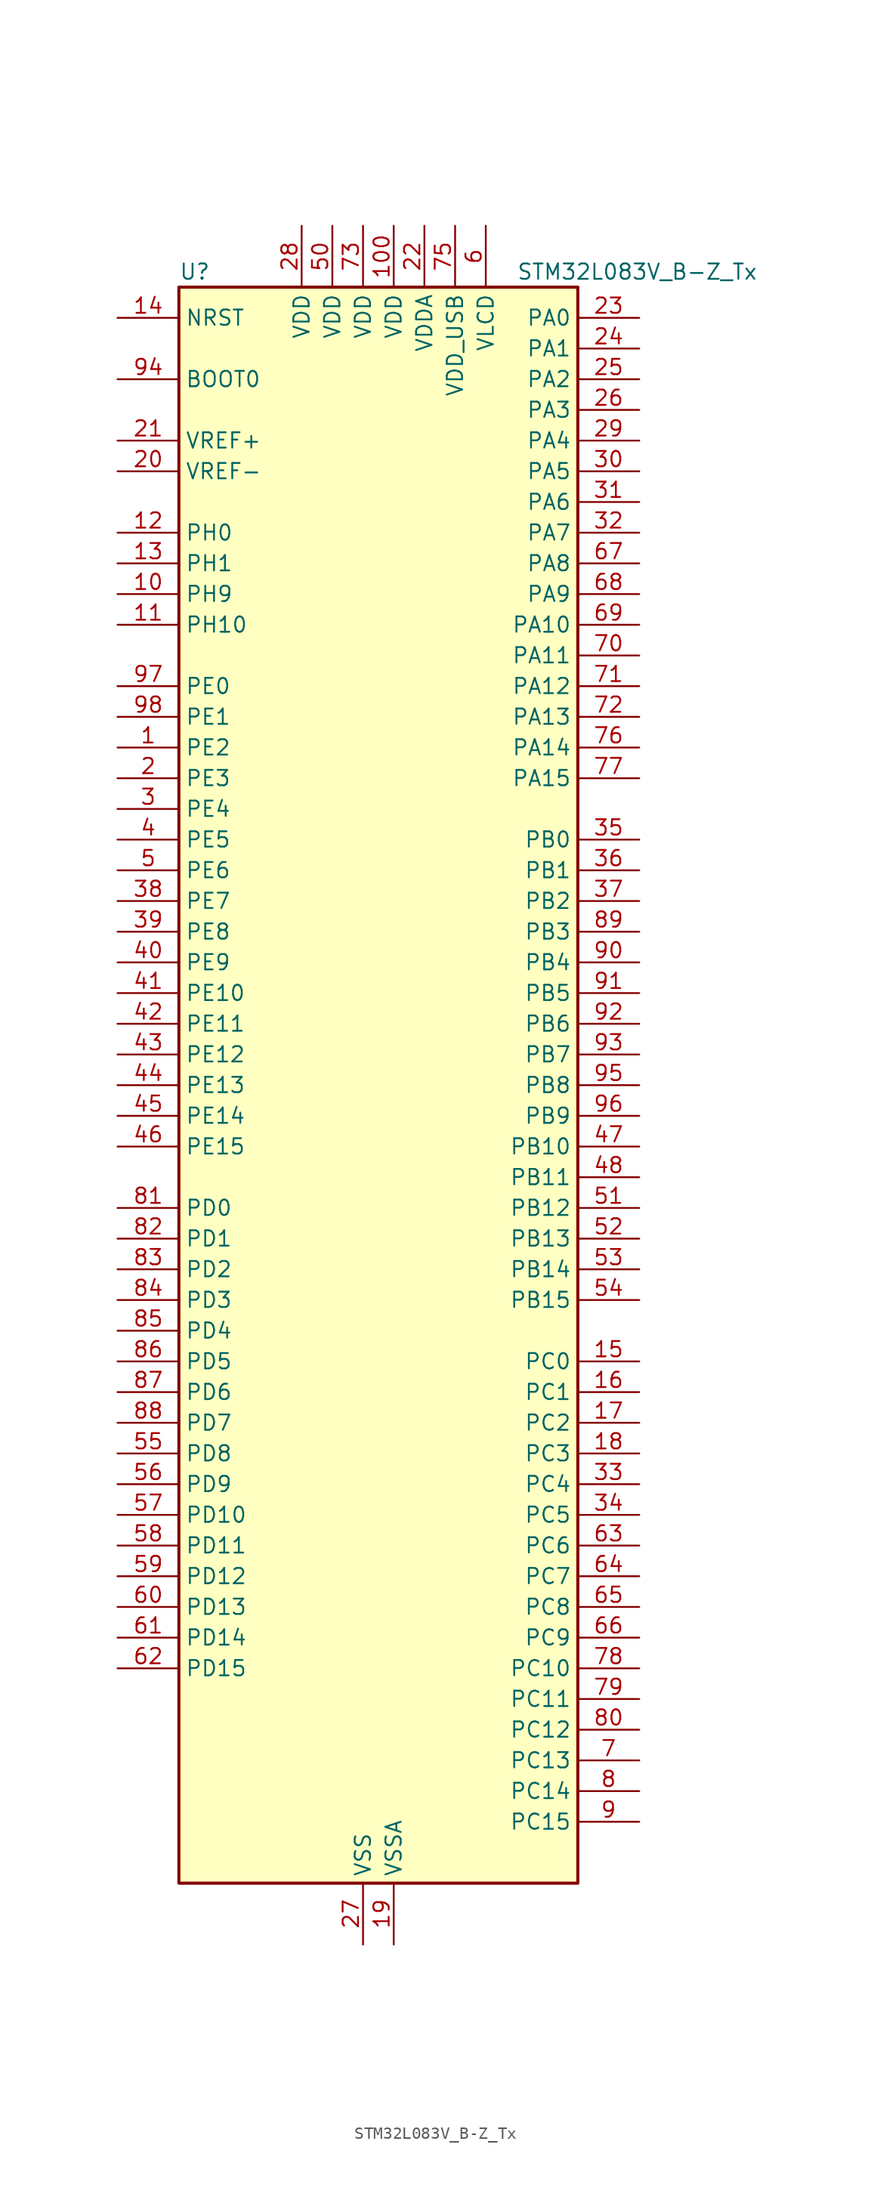
<source format=kicad_sym>
(kicad_symbol_lib
  (version 20231120)
  (generator "kicad_symbol_editor")
  (generator_version "8.0")
  (symbol "STM32L083V_B-Z_Tx"
    (property "Reference" "U"
      (at -15.24 67.31 0)
      (effects (font (size 1.27 1.27)) (justify left)))
    (property "Value" "STM32L083V_B-Z_Tx"
      (at 12.7 67.31 0)
      (effects (font (size 1.27 1.27)) (justify left)))
    (property "ki_locked" ""
      (at 0 0 0)
      (effects (font (size 1.27 1.27))))
    (symbol "STM32L083V_B-Z_Tx_0_1"
      (rectangle (start -15.24 -66.04) (end 17.78 66.04) (stroke (width 0.254) (type default)) (fill (type background))))
    (symbol "STM32L083V_B-Z_Tx_1_1"
      (pin bidirectional line (at -20.32 27.94 0) (length 5.08) (name "PE2" (effects (font (size 1.27 1.27)))) (number "1" (effects (font (size 1.27 1.27)))) (alternate "LCD_SEG38" bidirectional line) (alternate "TIM3_ETR" bidirectional line))
      (pin bidirectional line (at -20.32 40.64 0) (length 5.08) (name "PH9" (effects (font (size 1.27 1.27)))) (number "10" (effects (font (size 1.27 1.27)))) (alternate "DAC_EXTI9" bidirectional line))
      (pin power_in line (at 2.54 71.12 270) (length 5.08) (name "VDD" (effects (font (size 1.27 1.27)))) (number "100" (effects (font (size 1.27 1.27)))))
      (pin bidirectional line (at -20.32 38.1 0) (length 5.08) (name "PH10" (effects (font (size 1.27 1.27)))) (number "11" (effects (font (size 1.27 1.27)))))
      (pin bidirectional line (at -20.32 45.72 0) (length 5.08) (name "PH0" (effects (font (size 1.27 1.27)))) (number "12" (effects (font (size 1.27 1.27)))) (alternate "CRS_SYNC" bidirectional line) (alternate "RCC_OSC_IN" bidirectional line))
      (pin bidirectional line (at -20.32 43.18 0) (length 5.08) (name "PH1" (effects (font (size 1.27 1.27)))) (number "13" (effects (font (size 1.27 1.27)))) (alternate "RCC_OSC_OUT" bidirectional line))
      (pin input line (at -20.32 63.5 0) (length 5.08) (name "NRST" (effects (font (size 1.27 1.27)))) (number "14" (effects (font (size 1.27 1.27)))))
      (pin bidirectional line (at 22.86 -22.86 180) (length 5.08) (name "PC0" (effects (font (size 1.27 1.27)))) (number "15" (effects (font (size 1.27 1.27)))) (alternate "ADC_IN10" bidirectional line) (alternate "I2C3_SCL" bidirectional line) (alternate "LCD_SEG18" bidirectional line) (alternate "LPTIM1_IN1" bidirectional line) (alternate "LPUART1_RX" bidirectional line) (alternate "TSC_G7_IO1" bidirectional line))
      (pin bidirectional line (at 22.86 -25.4 180) (length 5.08) (name "PC1" (effects (font (size 1.27 1.27)))) (number "16" (effects (font (size 1.27 1.27)))) (alternate "ADC_IN11" bidirectional line) (alternate "I2C3_SDA" bidirectional line) (alternate "LCD_SEG19" bidirectional line) (alternate "LPTIM1_OUT" bidirectional line) (alternate "LPUART1_TX" bidirectional line) (alternate "TSC_G7_IO2" bidirectional line))
      (pin bidirectional line (at 22.86 -27.94 180) (length 5.08) (name "PC2" (effects (font (size 1.27 1.27)))) (number "17" (effects (font (size 1.27 1.27)))) (alternate "ADC_IN12" bidirectional line) (alternate "I2S2_MCK" bidirectional line) (alternate "LCD_SEG20" bidirectional line) (alternate "LPTIM1_IN2" bidirectional line) (alternate "SPI2_MISO" bidirectional line) (alternate "TSC_G7_IO3" bidirectional line))
      (pin bidirectional line (at 22.86 -30.48 180) (length 5.08) (name "PC3" (effects (font (size 1.27 1.27)))) (number "18" (effects (font (size 1.27 1.27)))) (alternate "ADC_IN13" bidirectional line) (alternate "I2S2_SD" bidirectional line) (alternate "LCD_SEG21" bidirectional line) (alternate "LPTIM1_ETR" bidirectional line) (alternate "SPI2_MOSI" bidirectional line) (alternate "TSC_G7_IO4" bidirectional line))
      (pin power_in line (at 2.54 -71.12 90) (length 5.08) (name "VSSA" (effects (font (size 1.27 1.27)))) (number "19" (effects (font (size 1.27 1.27)))))
      (pin bidirectional line (at -20.32 25.4 0) (length 5.08) (name "PE3" (effects (font (size 1.27 1.27)))) (number "2" (effects (font (size 1.27 1.27)))) (alternate "LCD_SEG39" bidirectional line) (alternate "TIM22_CH1" bidirectional line) (alternate "TIM3_CH1" bidirectional line))
      (pin input line (at -20.32 50.8 0) (length 5.08) (name "VREF-" (effects (font (size 1.27 1.27)))) (number "20" (effects (font (size 1.27 1.27)))))
      (pin input line (at -20.32 53.34 0) (length 5.08) (name "VREF+" (effects (font (size 1.27 1.27)))) (number "21" (effects (font (size 1.27 1.27)))))
      (pin power_in line (at 5.08 71.12 270) (length 5.08) (name "VDDA" (effects (font (size 1.27 1.27)))) (number "22" (effects (font (size 1.27 1.27)))))
      (pin bidirectional line (at 22.86 63.5 180) (length 5.08) (name "PA0" (effects (font (size 1.27 1.27)))) (number "23" (effects (font (size 1.27 1.27)))) (alternate "ADC_IN0" bidirectional line) (alternate "COMP1_INM" bidirectional line) (alternate "COMP1_OUT" bidirectional line) (alternate "RTC_TAMP2" bidirectional line) (alternate "SYS_WKUP1" bidirectional line) (alternate "TIM2_CH1" bidirectional line) (alternate "TIM2_ETR" bidirectional line) (alternate "TSC_G1_IO1" bidirectional line) (alternate "USART2_CTS" bidirectional line) (alternate "USART4_TX" bidirectional line))
      (pin bidirectional line (at 22.86 60.96 180) (length 5.08) (name "PA1" (effects (font (size 1.27 1.27)))) (number "24" (effects (font (size 1.27 1.27)))) (alternate "ADC_IN1" bidirectional line) (alternate "COMP1_INP" bidirectional line) (alternate "LCD_SEG0" bidirectional line) (alternate "TIM21_ETR" bidirectional line) (alternate "TIM2_CH2" bidirectional line) (alternate "TSC_G1_IO2" bidirectional line) (alternate "USART2_DE" bidirectional line) (alternate "USART2_RTS" bidirectional line) (alternate "USART4_RX" bidirectional line))
      (pin bidirectional line (at 22.86 58.42 180) (length 5.08) (name "PA2" (effects (font (size 1.27 1.27)))) (number "25" (effects (font (size 1.27 1.27)))) (alternate "ADC_IN2" bidirectional line) (alternate "COMP2_INM" bidirectional line) (alternate "COMP2_OUT" bidirectional line) (alternate "LCD_SEG1" bidirectional line) (alternate "LPUART1_TX" bidirectional line) (alternate "TIM21_CH1" bidirectional line) (alternate "TIM2_CH3" bidirectional line) (alternate "TSC_G1_IO3" bidirectional line) (alternate "USART2_TX" bidirectional line))
      (pin bidirectional line (at 22.86 55.88 180) (length 5.08) (name "PA3" (effects (font (size 1.27 1.27)))) (number "26" (effects (font (size 1.27 1.27)))) (alternate "ADC_IN3" bidirectional line) (alternate "COMP2_INP" bidirectional line) (alternate "LCD_SEG2" bidirectional line) (alternate "LPUART1_RX" bidirectional line) (alternate "TIM21_CH2" bidirectional line) (alternate "TIM2_CH4" bidirectional line) (alternate "TSC_G1_IO4" bidirectional line) (alternate "USART2_RX" bidirectional line))
      (pin power_in line (at 0 -71.12 90) (length 5.08) (name "VSS" (effects (font (size 1.27 1.27)))) (number "27" (effects (font (size 1.27 1.27)))))
      (pin power_in line (at -5.08 71.12 270) (length 5.08) (name "VDD" (effects (font (size 1.27 1.27)))) (number "28" (effects (font (size 1.27 1.27)))))
      (pin bidirectional line (at 22.86 53.34 180) (length 5.08) (name "PA4" (effects (font (size 1.27 1.27)))) (number "29" (effects (font (size 1.27 1.27)))) (alternate "ADC_IN4" bidirectional line) (alternate "COMP1_INM" bidirectional line) (alternate "COMP2_INM" bidirectional line) (alternate "DAC_OUT1" bidirectional line) (alternate "SPI1_NSS" bidirectional line) (alternate "TIM22_ETR" bidirectional line) (alternate "TSC_G2_IO1" bidirectional line) (alternate "USART2_CK" bidirectional line))
      (pin bidirectional line (at -20.32 22.86 0) (length 5.08) (name "PE4" (effects (font (size 1.27 1.27)))) (number "3" (effects (font (size 1.27 1.27)))) (alternate "TIM22_CH2" bidirectional line) (alternate "TIM3_CH2" bidirectional line))
      (pin bidirectional line (at 22.86 50.8 180) (length 5.08) (name "PA5" (effects (font (size 1.27 1.27)))) (number "30" (effects (font (size 1.27 1.27)))) (alternate "ADC_IN5" bidirectional line) (alternate "COMP1_INM" bidirectional line) (alternate "COMP2_INM" bidirectional line) (alternate "DAC_OUT2" bidirectional line) (alternate "SPI1_SCK" bidirectional line) (alternate "TIM2_CH1" bidirectional line) (alternate "TIM2_ETR" bidirectional line) (alternate "TSC_G2_IO2" bidirectional line))
      (pin bidirectional line (at 22.86 48.26 180) (length 5.08) (name "PA6" (effects (font (size 1.27 1.27)))) (number "31" (effects (font (size 1.27 1.27)))) (alternate "ADC_IN6" bidirectional line) (alternate "COMP1_OUT" bidirectional line) (alternate "LCD_SEG3" bidirectional line) (alternate "LPUART1_CTS" bidirectional line) (alternate "SPI1_MISO" bidirectional line) (alternate "TIM22_CH1" bidirectional line) (alternate "TIM3_CH1" bidirectional line) (alternate "TSC_G2_IO3" bidirectional line))
      (pin bidirectional line (at 22.86 45.72 180) (length 5.08) (name "PA7" (effects (font (size 1.27 1.27)))) (number "32" (effects (font (size 1.27 1.27)))) (alternate "ADC_IN7" bidirectional line) (alternate "COMP2_OUT" bidirectional line) (alternate "LCD_SEG4" bidirectional line) (alternate "SPI1_MOSI" bidirectional line) (alternate "TIM22_CH2" bidirectional line) (alternate "TIM3_CH2" bidirectional line) (alternate "TSC_G2_IO4" bidirectional line))
      (pin bidirectional line (at 22.86 -33.02 180) (length 5.08) (name "PC4" (effects (font (size 1.27 1.27)))) (number "33" (effects (font (size 1.27 1.27)))) (alternate "ADC_IN14" bidirectional line) (alternate "LCD_SEG22" bidirectional line) (alternate "LPUART1_TX" bidirectional line))
      (pin bidirectional line (at 22.86 -35.56 180) (length 5.08) (name "PC5" (effects (font (size 1.27 1.27)))) (number "34" (effects (font (size 1.27 1.27)))) (alternate "ADC_IN15" bidirectional line) (alternate "LCD_SEG23" bidirectional line) (alternate "LPUART1_RX" bidirectional line) (alternate "TSC_G3_IO1" bidirectional line))
      (pin bidirectional line (at 22.86 20.32 180) (length 5.08) (name "PB0" (effects (font (size 1.27 1.27)))) (number "35" (effects (font (size 1.27 1.27)))) (alternate "ADC_IN8" bidirectional line) (alternate "LCD_SEG5" bidirectional line) (alternate "LCD_VLCD3" bidirectional line) (alternate "SYS_VREF_OUT_PB0" bidirectional line) (alternate "TIM3_CH3" bidirectional line) (alternate "TSC_G3_IO2" bidirectional line))
      (pin bidirectional line (at 22.86 17.78 180) (length 5.08) (name "PB1" (effects (font (size 1.27 1.27)))) (number "36" (effects (font (size 1.27 1.27)))) (alternate "ADC_IN9" bidirectional line) (alternate "LCD_SEG6" bidirectional line) (alternate "LPUART1_DE" bidirectional line) (alternate "LPUART1_RTS" bidirectional line) (alternate "SYS_VREF_OUT_PB1" bidirectional line) (alternate "TIM3_CH4" bidirectional line) (alternate "TSC_G3_IO3" bidirectional line))
      (pin bidirectional line (at 22.86 15.24 180) (length 5.08) (name "PB2" (effects (font (size 1.27 1.27)))) (number "37" (effects (font (size 1.27 1.27)))) (alternate "I2C3_SMBA" bidirectional line) (alternate "LCD_VLCD2" bidirectional line) (alternate "LPTIM1_OUT" bidirectional line) (alternate "TSC_G3_IO4" bidirectional line))
      (pin bidirectional line (at -20.32 15.24 0) (length 5.08) (name "PE7" (effects (font (size 1.27 1.27)))) (number "38" (effects (font (size 1.27 1.27)))) (alternate "LCD_SEG45" bidirectional line) (alternate "USART5_CK" bidirectional line) (alternate "USART5_DE" bidirectional line) (alternate "USART5_RTS" bidirectional line))
      (pin bidirectional line (at -20.32 12.7 0) (length 5.08) (name "PE8" (effects (font (size 1.27 1.27)))) (number "39" (effects (font (size 1.27 1.27)))) (alternate "LCD_SEG46" bidirectional line) (alternate "USART4_TX" bidirectional line))
      (pin bidirectional line (at -20.32 20.32 0) (length 5.08) (name "PE5" (effects (font (size 1.27 1.27)))) (number "4" (effects (font (size 1.27 1.27)))) (alternate "TIM21_CH1" bidirectional line) (alternate "TIM3_CH3" bidirectional line))
      (pin bidirectional line (at -20.32 10.16 0) (length 5.08) (name "PE9" (effects (font (size 1.27 1.27)))) (number "40" (effects (font (size 1.27 1.27)))) (alternate "DAC_EXTI9" bidirectional line) (alternate "LCD_SEG47" bidirectional line) (alternate "TIM2_CH1" bidirectional line) (alternate "TIM2_ETR" bidirectional line) (alternate "USART4_RX" bidirectional line))
      (pin bidirectional line (at -20.32 7.62 0) (length 5.08) (name "PE10" (effects (font (size 1.27 1.27)))) (number "41" (effects (font (size 1.27 1.27)))) (alternate "LCD_SEG40" bidirectional line) (alternate "TIM2_CH2" bidirectional line) (alternate "USART5_TX" bidirectional line))
      (pin bidirectional line (at -20.32 5.08 0) (length 5.08) (name "PE11" (effects (font (size 1.27 1.27)))) (number "42" (effects (font (size 1.27 1.27)))) (alternate "ADC_EXTI11" bidirectional line) (alternate "LCD_VLCD1" bidirectional line) (alternate "TIM2_CH3" bidirectional line) (alternate "USART5_RX" bidirectional line))
      (pin bidirectional line (at -20.32 2.54 0) (length 5.08) (name "PE12" (effects (font (size 1.27 1.27)))) (number "43" (effects (font (size 1.27 1.27)))) (alternate "LCD_VLCD3" bidirectional line) (alternate "SPI1_NSS" bidirectional line) (alternate "TIM2_CH4" bidirectional line))
      (pin bidirectional line (at -20.32 0 0) (length 5.08) (name "PE13" (effects (font (size 1.27 1.27)))) (number "44" (effects (font (size 1.27 1.27)))) (alternate "LCD_SEG41" bidirectional line) (alternate "SPI1_SCK" bidirectional line))
      (pin bidirectional line (at -20.32 -2.54 0) (length 5.08) (name "PE14" (effects (font (size 1.27 1.27)))) (number "45" (effects (font (size 1.27 1.27)))) (alternate "LCD_SEG42" bidirectional line) (alternate "SPI1_MISO" bidirectional line))
      (pin bidirectional line (at -20.32 -5.08 0) (length 5.08) (name "PE15" (effects (font (size 1.27 1.27)))) (number "46" (effects (font (size 1.27 1.27)))) (alternate "LCD_SEG43" bidirectional line) (alternate "SPI1_MOSI" bidirectional line))
      (pin bidirectional line (at 22.86 -5.08 180) (length 5.08) (name "PB10" (effects (font (size 1.27 1.27)))) (number "47" (effects (font (size 1.27 1.27)))) (alternate "I2C2_SCL" bidirectional line) (alternate "LCD_SEG10" bidirectional line) (alternate "LPUART1_RX" bidirectional line) (alternate "LPUART1_TX" bidirectional line) (alternate "SPI2_SCK" bidirectional line) (alternate "TIM2_CH3" bidirectional line) (alternate "TSC_SYNC" bidirectional line))
      (pin bidirectional line (at 22.86 -7.62 180) (length 5.08) (name "PB11" (effects (font (size 1.27 1.27)))) (number "48" (effects (font (size 1.27 1.27)))) (alternate "ADC_EXTI11" bidirectional line) (alternate "I2C2_SDA" bidirectional line) (alternate "LCD_SEG11" bidirectional line) (alternate "LPUART1_RX" bidirectional line) (alternate "LPUART1_TX" bidirectional line) (alternate "TIM2_CH4" bidirectional line) (alternate "TSC_G6_IO1" bidirectional line))
      (pin passive line (at 0 -71.12 90) (length 5.08) hide (name "VSS" (effects (font (size 1.27 1.27)))) (number "49" (effects (font (size 1.27 1.27)))))
      (pin bidirectional line (at -20.32 17.78 0) (length 5.08) (name "PE6" (effects (font (size 1.27 1.27)))) (number "5" (effects (font (size 1.27 1.27)))) (alternate "RTC_TAMP3" bidirectional line) (alternate "SYS_WKUP3" bidirectional line) (alternate "TIM21_CH2" bidirectional line) (alternate "TIM3_CH4" bidirectional line))
      (pin power_in line (at -2.54 71.12 270) (length 5.08) (name "VDD" (effects (font (size 1.27 1.27)))) (number "50" (effects (font (size 1.27 1.27)))))
      (pin bidirectional line (at 22.86 -10.16 180) (length 5.08) (name "PB12" (effects (font (size 1.27 1.27)))) (number "51" (effects (font (size 1.27 1.27)))) (alternate "I2S2_WS" bidirectional line) (alternate "LCD_SEG12" bidirectional line) (alternate "LCD_VLCD2" bidirectional line) (alternate "LPUART1_DE" bidirectional line) (alternate "LPUART1_RTS" bidirectional line) (alternate "SPI2_NSS" bidirectional line) (alternate "TSC_G6_IO2" bidirectional line))
      (pin bidirectional line (at 22.86 -12.7 180) (length 5.08) (name "PB13" (effects (font (size 1.27 1.27)))) (number "52" (effects (font (size 1.27 1.27)))) (alternate "I2C2_SCL" bidirectional line) (alternate "I2S2_CK" bidirectional line) (alternate "LCD_SEG13" bidirectional line) (alternate "LPUART1_CTS" bidirectional line) (alternate "RCC_MCO" bidirectional line) (alternate "SPI2_SCK" bidirectional line) (alternate "TIM21_CH1" bidirectional line) (alternate "TSC_G6_IO3" bidirectional line))
      (pin bidirectional line (at 22.86 -15.24 180) (length 5.08) (name "PB14" (effects (font (size 1.27 1.27)))) (number "53" (effects (font (size 1.27 1.27)))) (alternate "I2C2_SDA" bidirectional line) (alternate "I2S2_MCK" bidirectional line) (alternate "LCD_SEG14" bidirectional line) (alternate "LPUART1_DE" bidirectional line) (alternate "LPUART1_RTS" bidirectional line) (alternate "RTC_OUT_ALARM" bidirectional line) (alternate "RTC_OUT_CALIB" bidirectional line) (alternate "SPI2_MISO" bidirectional line) (alternate "TIM21_CH2" bidirectional line) (alternate "TSC_G6_IO4" bidirectional line))
      (pin bidirectional line (at 22.86 -17.78 180) (length 5.08) (name "PB15" (effects (font (size 1.27 1.27)))) (number "54" (effects (font (size 1.27 1.27)))) (alternate "I2S2_SD" bidirectional line) (alternate "LCD_SEG15" bidirectional line) (alternate "RTC_REFIN" bidirectional line) (alternate "SPI2_MOSI" bidirectional line))
      (pin bidirectional line (at -20.32 -30.48 0) (length 5.08) (name "PD8" (effects (font (size 1.27 1.27)))) (number "55" (effects (font (size 1.27 1.27)))) (alternate "LCD_SEG28" bidirectional line) (alternate "LPUART1_TX" bidirectional line))
      (pin bidirectional line (at -20.32 -33.02 0) (length 5.08) (name "PD9" (effects (font (size 1.27 1.27)))) (number "56" (effects (font (size 1.27 1.27)))) (alternate "DAC_EXTI9" bidirectional line) (alternate "LCD_SEG29" bidirectional line) (alternate "LPUART1_RX" bidirectional line))
      (pin bidirectional line (at -20.32 -35.56 0) (length 5.08) (name "PD10" (effects (font (size 1.27 1.27)))) (number "57" (effects (font (size 1.27 1.27)))) (alternate "LCD_SEG30" bidirectional line))
      (pin bidirectional line (at -20.32 -38.1 0) (length 5.08) (name "PD11" (effects (font (size 1.27 1.27)))) (number "58" (effects (font (size 1.27 1.27)))) (alternate "ADC_EXTI11" bidirectional line) (alternate "LCD_SEG31" bidirectional line) (alternate "LPUART1_CTS" bidirectional line))
      (pin bidirectional line (at -20.32 -40.64 0) (length 5.08) (name "PD12" (effects (font (size 1.27 1.27)))) (number "59" (effects (font (size 1.27 1.27)))) (alternate "LCD_SEG32" bidirectional line) (alternate "LPUART1_DE" bidirectional line) (alternate "LPUART1_RTS" bidirectional line))
      (pin power_in line (at 10.16 71.12 270) (length 5.08) (name "VLCD" (effects (font (size 1.27 1.27)))) (number "6" (effects (font (size 1.27 1.27)))))
      (pin bidirectional line (at -20.32 -43.18 0) (length 5.08) (name "PD13" (effects (font (size 1.27 1.27)))) (number "60" (effects (font (size 1.27 1.27)))) (alternate "LCD_SEG33" bidirectional line))
      (pin bidirectional line (at -20.32 -45.72 0) (length 5.08) (name "PD14" (effects (font (size 1.27 1.27)))) (number "61" (effects (font (size 1.27 1.27)))) (alternate "LCD_SEG34" bidirectional line))
      (pin bidirectional line (at -20.32 -48.26 0) (length 5.08) (name "PD15" (effects (font (size 1.27 1.27)))) (number "62" (effects (font (size 1.27 1.27)))) (alternate "CRS_SYNC" bidirectional line) (alternate "LCD_SEG35" bidirectional line))
      (pin bidirectional line (at 22.86 -38.1 180) (length 5.08) (name "PC6" (effects (font (size 1.27 1.27)))) (number "63" (effects (font (size 1.27 1.27)))) (alternate "LCD_SEG24" bidirectional line) (alternate "TIM22_CH1" bidirectional line) (alternate "TIM3_CH1" bidirectional line) (alternate "TSC_G8_IO1" bidirectional line))
      (pin bidirectional line (at 22.86 -40.64 180) (length 5.08) (name "PC7" (effects (font (size 1.27 1.27)))) (number "64" (effects (font (size 1.27 1.27)))) (alternate "LCD_SEG25" bidirectional line) (alternate "TIM22_CH2" bidirectional line) (alternate "TIM3_CH2" bidirectional line) (alternate "TSC_G8_IO2" bidirectional line))
      (pin bidirectional line (at 22.86 -43.18 180) (length 5.08) (name "PC8" (effects (font (size 1.27 1.27)))) (number "65" (effects (font (size 1.27 1.27)))) (alternate "LCD_SEG26" bidirectional line) (alternate "TIM22_ETR" bidirectional line) (alternate "TIM3_CH3" bidirectional line) (alternate "TSC_G8_IO3" bidirectional line))
      (pin bidirectional line (at 22.86 -45.72 180) (length 5.08) (name "PC9" (effects (font (size 1.27 1.27)))) (number "66" (effects (font (size 1.27 1.27)))) (alternate "DAC_EXTI9" bidirectional line) (alternate "I2C3_SDA" bidirectional line) (alternate "LCD_SEG27" bidirectional line) (alternate "TIM21_ETR" bidirectional line) (alternate "TIM3_CH4" bidirectional line) (alternate "TSC_G8_IO4" bidirectional line) (alternate "USB_NOE" bidirectional line))
      (pin bidirectional line (at 22.86 43.18 180) (length 5.08) (name "PA8" (effects (font (size 1.27 1.27)))) (number "67" (effects (font (size 1.27 1.27)))) (alternate "CRS_SYNC" bidirectional line) (alternate "I2C3_SCL" bidirectional line) (alternate "LCD_COM0" bidirectional line) (alternate "RCC_MCO" bidirectional line) (alternate "USART1_CK" bidirectional line))
      (pin bidirectional line (at 22.86 40.64 180) (length 5.08) (name "PA9" (effects (font (size 1.27 1.27)))) (number "68" (effects (font (size 1.27 1.27)))) (alternate "DAC_EXTI9" bidirectional line) (alternate "I2C1_SCL" bidirectional line) (alternate "I2C3_SMBA" bidirectional line) (alternate "LCD_COM1" bidirectional line) (alternate "RCC_MCO" bidirectional line) (alternate "TSC_G4_IO1" bidirectional line) (alternate "USART1_TX" bidirectional line))
      (pin bidirectional line (at 22.86 38.1 180) (length 5.08) (name "PA10" (effects (font (size 1.27 1.27)))) (number "69" (effects (font (size 1.27 1.27)))) (alternate "I2C1_SDA" bidirectional line) (alternate "LCD_COM2" bidirectional line) (alternate "TSC_G4_IO2" bidirectional line) (alternate "USART1_RX" bidirectional line))
      (pin bidirectional line (at 22.86 -55.88 180) (length 5.08) (name "PC13" (effects (font (size 1.27 1.27)))) (number "7" (effects (font (size 1.27 1.27)))) (alternate "RTC_OUT_ALARM" bidirectional line) (alternate "RTC_OUT_CALIB" bidirectional line) (alternate "RTC_TAMP1" bidirectional line) (alternate "RTC_TS" bidirectional line) (alternate "SYS_WKUP2" bidirectional line))
      (pin bidirectional line (at 22.86 35.56 180) (length 5.08) (name "PA11" (effects (font (size 1.27 1.27)))) (number "70" (effects (font (size 1.27 1.27)))) (alternate "ADC_EXTI11" bidirectional line) (alternate "COMP1_OUT" bidirectional line) (alternate "SPI1_MISO" bidirectional line) (alternate "TSC_G4_IO3" bidirectional line) (alternate "USART1_CTS" bidirectional line) (alternate "USB_DM" bidirectional line))
      (pin bidirectional line (at 22.86 33.02 180) (length 5.08) (name "PA12" (effects (font (size 1.27 1.27)))) (number "71" (effects (font (size 1.27 1.27)))) (alternate "COMP2_OUT" bidirectional line) (alternate "SPI1_MOSI" bidirectional line) (alternate "TSC_G4_IO4" bidirectional line) (alternate "USART1_DE" bidirectional line) (alternate "USART1_RTS" bidirectional line) (alternate "USB_DP" bidirectional line))
      (pin bidirectional line (at 22.86 30.48 180) (length 5.08) (name "PA13" (effects (font (size 1.27 1.27)))) (number "72" (effects (font (size 1.27 1.27)))) (alternate "LPUART1_RX" bidirectional line) (alternate "SYS_SWDIO" bidirectional line) (alternate "USB_NOE" bidirectional line))
      (pin power_in line (at 0 71.12 270) (length 5.08) (name "VDD" (effects (font (size 1.27 1.27)))) (number "73" (effects (font (size 1.27 1.27)))))
      (pin passive line (at 0 -71.12 90) (length 5.08) hide (name "VSS" (effects (font (size 1.27 1.27)))) (number "74" (effects (font (size 1.27 1.27)))))
      (pin power_in line (at 7.62 71.12 270) (length 5.08) (name "VDD_USB" (effects (font (size 1.27 1.27)))) (number "75" (effects (font (size 1.27 1.27)))))
      (pin bidirectional line (at 22.86 27.94 180) (length 5.08) (name "PA14" (effects (font (size 1.27 1.27)))) (number "76" (effects (font (size 1.27 1.27)))) (alternate "LPUART1_TX" bidirectional line) (alternate "SYS_SWCLK" bidirectional line) (alternate "USART2_TX" bidirectional line))
      (pin bidirectional line (at 22.86 25.4 180) (length 5.08) (name "PA15" (effects (font (size 1.27 1.27)))) (number "77" (effects (font (size 1.27 1.27)))) (alternate "LCD_SEG17" bidirectional line) (alternate "SPI1_NSS" bidirectional line) (alternate "TIM2_CH1" bidirectional line) (alternate "TIM2_ETR" bidirectional line) (alternate "USART2_RX" bidirectional line) (alternate "USART4_DE" bidirectional line) (alternate "USART4_RTS" bidirectional line))
      (pin bidirectional line (at 22.86 -48.26 180) (length 5.08) (name "PC10" (effects (font (size 1.27 1.27)))) (number "78" (effects (font (size 1.27 1.27)))) (alternate "LCD_COM4" bidirectional line) (alternate "LCD_SEG28" bidirectional line) (alternate "LCD_SEG48" bidirectional line) (alternate "LPUART1_TX" bidirectional line) (alternate "USART4_TX" bidirectional line))
      (pin bidirectional line (at 22.86 -50.8 180) (length 5.08) (name "PC11" (effects (font (size 1.27 1.27)))) (number "79" (effects (font (size 1.27 1.27)))) (alternate "ADC_EXTI11" bidirectional line) (alternate "LCD_COM5" bidirectional line) (alternate "LCD_SEG29" bidirectional line) (alternate "LCD_SEG49" bidirectional line) (alternate "LPUART1_RX" bidirectional line) (alternate "USART4_RX" bidirectional line))
      (pin bidirectional line (at 22.86 -58.42 180) (length 5.08) (name "PC14" (effects (font (size 1.27 1.27)))) (number "8" (effects (font (size 1.27 1.27)))) (alternate "RCC_OSC32_IN" bidirectional line))
      (pin bidirectional line (at 22.86 -53.34 180) (length 5.08) (name "PC12" (effects (font (size 1.27 1.27)))) (number "80" (effects (font (size 1.27 1.27)))) (alternate "LCD_COM6" bidirectional line) (alternate "LCD_SEG30" bidirectional line) (alternate "LCD_SEG50" bidirectional line) (alternate "USART4_CK" bidirectional line) (alternate "USART5_TX" bidirectional line))
      (pin bidirectional line (at -20.32 -10.16 0) (length 5.08) (name "PD0" (effects (font (size 1.27 1.27)))) (number "81" (effects (font (size 1.27 1.27)))) (alternate "I2S2_WS" bidirectional line) (alternate "SPI2_NSS" bidirectional line) (alternate "TIM21_CH1" bidirectional line))
      (pin bidirectional line (at -20.32 -12.7 0) (length 5.08) (name "PD1" (effects (font (size 1.27 1.27)))) (number "82" (effects (font (size 1.27 1.27)))) (alternate "I2S2_CK" bidirectional line) (alternate "SPI2_SCK" bidirectional line))
      (pin bidirectional line (at -20.32 -15.24 0) (length 5.08) (name "PD2" (effects (font (size 1.27 1.27)))) (number "83" (effects (font (size 1.27 1.27)))) (alternate "LCD_COM7" bidirectional line) (alternate "LCD_SEG31" bidirectional line) (alternate "LCD_SEG51" bidirectional line) (alternate "LPUART1_DE" bidirectional line) (alternate "LPUART1_RTS" bidirectional line) (alternate "TIM3_ETR" bidirectional line) (alternate "USART5_RX" bidirectional line))
      (pin bidirectional line (at -20.32 -17.78 0) (length 5.08) (name "PD3" (effects (font (size 1.27 1.27)))) (number "84" (effects (font (size 1.27 1.27)))) (alternate "I2S2_MCK" bidirectional line) (alternate "LCD_SEG44" bidirectional line) (alternate "SPI2_MISO" bidirectional line) (alternate "USART2_CTS" bidirectional line))
      (pin bidirectional line (at -20.32 -20.32 0) (length 5.08) (name "PD4" (effects (font (size 1.27 1.27)))) (number "85" (effects (font (size 1.27 1.27)))) (alternate "I2S2_SD" bidirectional line) (alternate "SPI2_MOSI" bidirectional line) (alternate "USART2_DE" bidirectional line) (alternate "USART2_RTS" bidirectional line))
      (pin bidirectional line (at -20.32 -22.86 0) (length 5.08) (name "PD5" (effects (font (size 1.27 1.27)))) (number "86" (effects (font (size 1.27 1.27)))) (alternate "USART2_TX" bidirectional line))
      (pin bidirectional line (at -20.32 -25.4 0) (length 5.08) (name "PD6" (effects (font (size 1.27 1.27)))) (number "87" (effects (font (size 1.27 1.27)))) (alternate "USART2_RX" bidirectional line))
      (pin bidirectional line (at -20.32 -27.94 0) (length 5.08) (name "PD7" (effects (font (size 1.27 1.27)))) (number "88" (effects (font (size 1.27 1.27)))) (alternate "TIM21_CH2" bidirectional line) (alternate "USART2_CK" bidirectional line))
      (pin bidirectional line (at 22.86 12.7 180) (length 5.08) (name "PB3" (effects (font (size 1.27 1.27)))) (number "89" (effects (font (size 1.27 1.27)))) (alternate "COMP2_INM" bidirectional line) (alternate "LCD_SEG7" bidirectional line) (alternate "SPI1_SCK" bidirectional line) (alternate "TIM2_CH2" bidirectional line) (alternate "TSC_G5_IO1" bidirectional line) (alternate "USART1_DE" bidirectional line) (alternate "USART1_RTS" bidirectional line) (alternate "USART5_TX" bidirectional line))
      (pin bidirectional line (at 22.86 -60.96 180) (length 5.08) (name "PC15" (effects (font (size 1.27 1.27)))) (number "9" (effects (font (size 1.27 1.27)))) (alternate "RCC_OSC32_OUT" bidirectional line))
      (pin bidirectional line (at 22.86 10.16 180) (length 5.08) (name "PB4" (effects (font (size 1.27 1.27)))) (number "90" (effects (font (size 1.27 1.27)))) (alternate "COMP2_INP" bidirectional line) (alternate "I2C3_SDA" bidirectional line) (alternate "LCD_SEG8" bidirectional line) (alternate "SPI1_MISO" bidirectional line) (alternate "TIM22_CH1" bidirectional line) (alternate "TIM3_CH1" bidirectional line) (alternate "TSC_G5_IO2" bidirectional line) (alternate "USART1_CTS" bidirectional line) (alternate "USART5_RX" bidirectional line))
      (pin bidirectional line (at 22.86 7.62 180) (length 5.08) (name "PB5" (effects (font (size 1.27 1.27)))) (number "91" (effects (font (size 1.27 1.27)))) (alternate "COMP2_INP" bidirectional line) (alternate "I2C1_SMBA" bidirectional line) (alternate "LCD_SEG9" bidirectional line) (alternate "LPTIM1_IN1" bidirectional line) (alternate "SPI1_MOSI" bidirectional line) (alternate "TIM22_CH2" bidirectional line) (alternate "TIM3_CH2" bidirectional line) (alternate "USART1_CK" bidirectional line) (alternate "USART5_CK" bidirectional line) (alternate "USART5_DE" bidirectional line) (alternate "USART5_RTS" bidirectional line))
      (pin bidirectional line (at 22.86 5.08 180) (length 5.08) (name "PB6" (effects (font (size 1.27 1.27)))) (number "92" (effects (font (size 1.27 1.27)))) (alternate "COMP2_INP" bidirectional line) (alternate "I2C1_SCL" bidirectional line) (alternate "LPTIM1_ETR" bidirectional line) (alternate "TSC_G5_IO3" bidirectional line) (alternate "USART1_TX" bidirectional line))
      (pin bidirectional line (at 22.86 2.54 180) (length 5.08) (name "PB7" (effects (font (size 1.27 1.27)))) (number "93" (effects (font (size 1.27 1.27)))) (alternate "COMP2_INP" bidirectional line) (alternate "I2C1_SDA" bidirectional line) (alternate "LPTIM1_IN2" bidirectional line) (alternate "SYS_PVD_IN" bidirectional line) (alternate "TSC_G5_IO4" bidirectional line) (alternate "USART1_RX" bidirectional line) (alternate "USART4_CTS" bidirectional line))
      (pin input line (at -20.32 58.42 0) (length 5.08) (name "BOOT0" (effects (font (size 1.27 1.27)))) (number "94" (effects (font (size 1.27 1.27)))))
      (pin bidirectional line (at 22.86 0 180) (length 5.08) (name "PB8" (effects (font (size 1.27 1.27)))) (number "95" (effects (font (size 1.27 1.27)))) (alternate "I2C1_SCL" bidirectional line) (alternate "LCD_SEG16" bidirectional line) (alternate "TSC_SYNC" bidirectional line))
      (pin bidirectional line (at 22.86 -2.54 180) (length 5.08) (name "PB9" (effects (font (size 1.27 1.27)))) (number "96" (effects (font (size 1.27 1.27)))) (alternate "DAC_EXTI9" bidirectional line) (alternate "I2C1_SDA" bidirectional line) (alternate "I2S2_WS" bidirectional line) (alternate "LCD_COM3" bidirectional line) (alternate "SPI2_NSS" bidirectional line))
      (pin bidirectional line (at -20.32 33.02 0) (length 5.08) (name "PE0" (effects (font (size 1.27 1.27)))) (number "97" (effects (font (size 1.27 1.27)))) (alternate "LCD_SEG36" bidirectional line))
      (pin bidirectional line (at -20.32 30.48 0) (length 5.08) (name "PE1" (effects (font (size 1.27 1.27)))) (number "98" (effects (font (size 1.27 1.27)))) (alternate "LCD_SEG37" bidirectional line))
      (pin passive line (at 0 -71.12 90) (length 5.08) hide (name "VSS" (effects (font (size 1.27 1.27)))) (number "99" (effects (font (size 1.27 1.27))))))))
</source>
